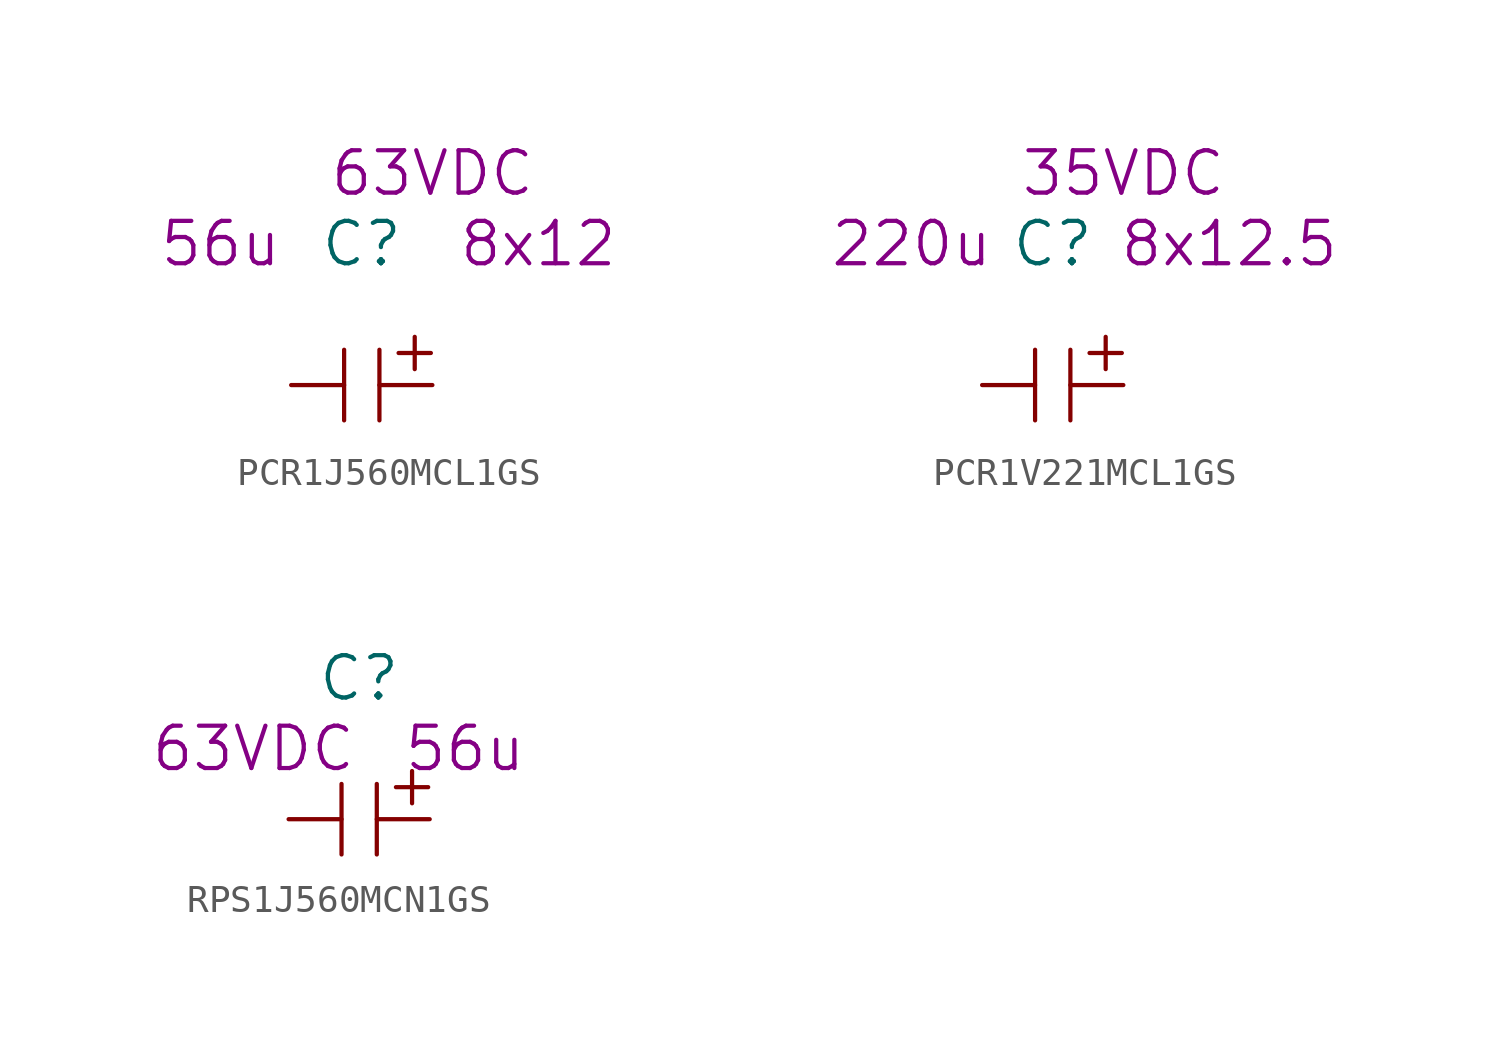
<source format=kicad_sym>
(kicad_symbol_lib
  (version 20220914)
  (generator kicad_symbol_editor)
  (symbol "PCR1J560MCL1GS"
    (pin_numbers hide)
    (pin_names
      (offset 1.016) hide)
    (property "Reference" "C"
      (at 0 5.08 0)
      (effects (font (size 1.524 1.524))))
    (property "Datasheet" ""
      (at 0 5.08 0)
      (effects (font (size 1.524 1.524))))
    (property "Value2" "56u"
      (at -5.08 5.08 0)
      (effects (font (size 1.524 1.524))))
    (property "Size" "8x12"
      (at 6.35 5.08 0)
      (effects (font (size 1.524 1.524))))
    (property "Rating" "63VDC"
      (at 2.54 7.62 0)
      (effects (font (size 1.524 1.524))))
    (symbol "PCR1J560MCL1GS_0_0"
      (text "+" (at 1.905 1.27 0) (effects (font (size 1.524 1.524)))))
    (symbol "PCR1J560MCL1GS_0_1"
      (polyline (pts (xy -0.635 -1.27) (xy -0.635 1.27)) (stroke (width 0) (type solid)) (fill (type none)))
      (polyline (pts (xy 0.635 1.27) (xy 0.635 -1.27)) (stroke (width 0) (type solid)) (fill (type none))))
    (symbol "PCR1J560MCL1GS_1_1"
      (pin passive line (at 2.54 0 180) (length 1.905) (name "A" (effects (font (size 1.27 1.27)))) (number "A" (effects (font (size 1.27 1.27)))))
      (pin passive line (at -2.54 0 0) (length 1.905) (name "C" (effects (font (size 1.27 1.27)))) (number "C" (effects (font (size 1.27 1.27)))))))
  (symbol "PCR1V221MCL1GS"
    (pin_numbers hide)
    (pin_names
      (offset 1.016) hide)
    (property "Reference" "C"
      (at 0 5.08 0)
      (effects (font (size 1.524 1.524))))
    (property "Datasheet" ""
      (at 0 5.08 0)
      (effects (font (size 1.524 1.524))))
    (property "Value2" "220u"
      (at -5.08 5.08 0)
      (effects (font (size 1.524 1.524))))
    (property "Size" "8x12.5"
      (at 6.35 5.08 0)
      (effects (font (size 1.524 1.524))))
    (property "Rating" "35VDC"
      (at 2.54 7.62 0)
      (effects (font (size 1.524 1.524))))
    (symbol "PCR1V221MCL1GS_0_0"
      (text "+" (at 1.905 1.27 0) (effects (font (size 1.524 1.524)))))
    (symbol "PCR1V221MCL1GS_0_1"
      (polyline (pts (xy -0.635 -1.27) (xy -0.635 1.27)) (stroke (width 0) (type solid)) (fill (type none)))
      (polyline (pts (xy 0.635 1.27) (xy 0.635 -1.27)) (stroke (width 0) (type solid)) (fill (type none))))
    (symbol "PCR1V221MCL1GS_1_1"
      (pin passive line (at 2.54 0 180) (length 1.905) (name "A" (effects (font (size 1.27 1.27)))) (number "A" (effects (font (size 1.27 1.27)))))
      (pin passive line (at -2.54 0 0) (length 1.905) (name "C" (effects (font (size 1.27 1.27)))) (number "C" (effects (font (size 1.27 1.27)))))))
  (symbol "RPS1J560MCN1GS"
    (pin_numbers hide)
    (pin_names
      (offset 1.016) hide)
    (property "Reference" "C"
      (at 0 5.08 0)
      (effects (font (size 1.524 1.524))))
    (property "Datasheet" ""
      (at 0 5.08 0)
      (effects (font (size 1.524 1.524))))
    (property "Value2" "56u"
      (at 3.81 2.54 0)
      (effects (font (size 1.524 1.524))))
    (property "Rating" "63VDC"
      (at -3.81 2.54 0)
      (effects (font (size 1.524 1.524))))
    (symbol "RPS1J560MCN1GS_0_0"
      (text "+" (at 1.905 1.27 0) (effects (font (size 1.524 1.524)))))
    (symbol "RPS1J560MCN1GS_0_1"
      (polyline (pts (xy -0.635 -1.27) (xy -0.635 1.27)) (stroke (width 0) (type solid)) (fill (type none)))
      (polyline (pts (xy 0.635 1.27) (xy 0.635 -1.27)) (stroke (width 0) (type solid)) (fill (type none))))
    (symbol "RPS1J560MCN1GS_1_1"
      (pin passive line (at 2.54 0 180) (length 1.905) (name "A" (effects (font (size 1.27 1.27)))) (number "A" (effects (font (size 1.27 1.27)))))
      (pin passive line (at -2.54 0 0) (length 1.905) (name "C" (effects (font (size 1.27 1.27)))) (number "C" (effects (font (size 1.27 1.27))))))))
</source>
